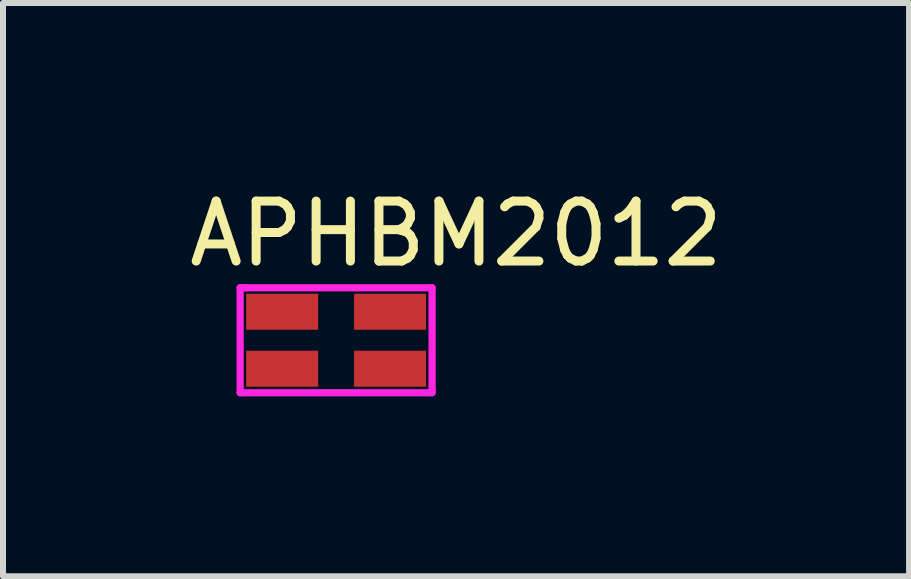
<source format=kicad_pcb>
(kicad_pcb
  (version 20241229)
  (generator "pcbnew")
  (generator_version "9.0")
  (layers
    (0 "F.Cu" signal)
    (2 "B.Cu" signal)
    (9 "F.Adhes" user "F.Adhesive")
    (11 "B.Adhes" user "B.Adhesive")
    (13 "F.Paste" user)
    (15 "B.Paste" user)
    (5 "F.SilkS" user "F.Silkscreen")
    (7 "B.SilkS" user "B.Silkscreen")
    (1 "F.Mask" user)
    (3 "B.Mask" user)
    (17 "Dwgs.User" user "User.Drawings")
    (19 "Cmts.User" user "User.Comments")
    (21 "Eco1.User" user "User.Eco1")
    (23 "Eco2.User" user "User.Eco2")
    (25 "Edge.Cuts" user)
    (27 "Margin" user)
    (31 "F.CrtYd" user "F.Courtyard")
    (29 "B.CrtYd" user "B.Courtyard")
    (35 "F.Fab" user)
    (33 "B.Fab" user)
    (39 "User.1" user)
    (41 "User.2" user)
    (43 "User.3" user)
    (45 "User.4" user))
  (footprint "APHBM2012"
    (layer "F.Cu")
    (at 4.554 0.348)
    (property "Reference" "APHBM2012" (at 0 0.5 0) (layer "F.SilkS") (effects (font (size 1 1) (thickness 0.15))))
    (attr through_hole)
    (fp_line (start -3.6 1.4) (end -3.6 3.15) (stroke (width 0.12) (type solid)) (layer "F.CrtYd"))
    (fp_line (start -3.6 3.15) (end -0.4 3.15) (stroke (width 0.12) (type solid)) (layer "F.CrtYd"))
    (fp_line (start -3.55 1.4) (end -3.6 1.4) (stroke (width 0.12) (type solid)) (layer "F.CrtYd"))
    (fp_line (start -3.5 1.4) (end -3.55 1.4) (stroke (width 0.12) (type solid)) (layer "F.CrtYd"))
    (fp_line (start -3.5 1.4) (end -0.4 1.4) (stroke (width 0.12) (type solid)) (layer "F.CrtYd"))
    (fp_line (start -0.4 1.4) (end -0.4 3.1) (stroke (width 0.12) (type solid)) (layer "F.CrtYd"))
    (fp_line (start -0.4 3.1) (end -0.4 3.15) (stroke (width 0.12) (type solid)) (layer "F.CrtYd"))
    (pad "1" smd trapezoid (at -1.1 1.8 180) (size 1.2 0.6) (layers "F.Cu" "F.Mask" "F.Paste"))
    (pad "2" smd trapezoid (at -2.9 1.8) (size 1.2 0.6) (layers "F.Cu" "F.Mask" "F.Paste"))
    (pad "3" smd trapezoid (at -2.9 2.75 180) (size 1.2 0.6) (layers "F.Cu" "F.Mask" "F.Paste"))
    (pad "4" smd trapezoid (at -1.1 2.75 180) (size 1.2 0.6) (layers "F.Cu" "F.Mask" "F.Paste")))
  (gr_rect
    (start -3 -3)
    (end 12.107 6.558)
    (stroke (width 0.1) (type default))
    (fill no)
    (layer "Edge.Cuts")))
</source>
